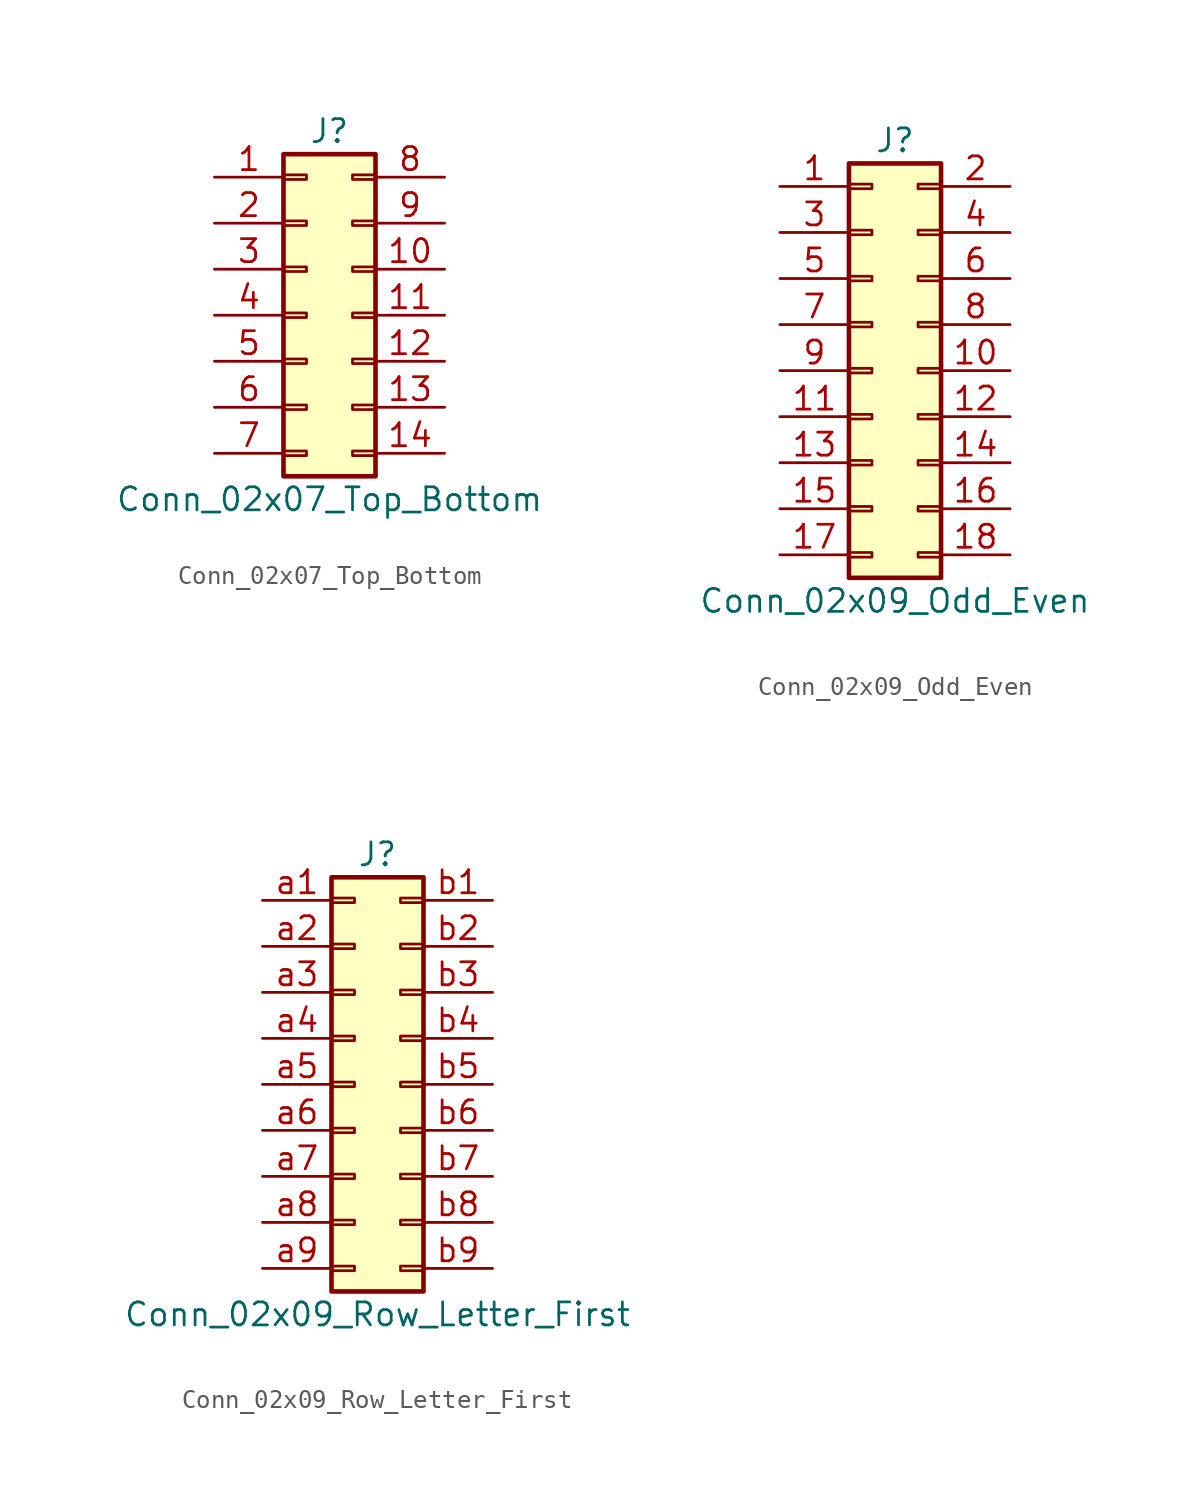
<source format=kicad_sym>
(kicad_symbol_lib
  (version 20220914)
  (generator kicad_symbol_editor)
  (symbol "Conn_02x07_Top_Bottom"
    (pin_names
      (offset 1.016) hide)
    (property "Reference" "J"
      (at 1.27 10.16 0)
      (effects (font (size 1.27 1.27))))
    (property "Value" "Conn_02x07_Top_Bottom"
      (at 1.27 -10.16 0)
      (effects (font (size 1.27 1.27))))
    (symbol "Conn_02x07_Top_Bottom_1_1"
      (rectangle (start -1.27 -7.493) (end 0 -7.747) (stroke (width 0.152) (type default)) (fill (type none)))
      (rectangle (start -1.27 -4.953) (end 0 -5.207) (stroke (width 0.152) (type default)) (fill (type none)))
      (rectangle (start -1.27 -2.413) (end 0 -2.667) (stroke (width 0.152) (type default)) (fill (type none)))
      (rectangle (start -1.27 0.127) (end 0 -0.127) (stroke (width 0.152) (type default)) (fill (type none)))
      (rectangle (start -1.27 2.667) (end 0 2.413) (stroke (width 0.152) (type default)) (fill (type none)))
      (rectangle (start -1.27 5.207) (end 0 4.953) (stroke (width 0.152) (type default)) (fill (type none)))
      (rectangle (start -1.27 7.747) (end 0 7.493) (stroke (width 0.152) (type default)) (fill (type none)))
      (rectangle (start -1.27 8.89) (end 3.81 -8.89) (stroke (width 0.254) (type default)) (fill (type background)))
      (rectangle (start 3.81 -7.493) (end 2.54 -7.747) (stroke (width 0.152) (type default)) (fill (type none)))
      (rectangle (start 3.81 -4.953) (end 2.54 -5.207) (stroke (width 0.152) (type default)) (fill (type none)))
      (rectangle (start 3.81 -2.413) (end 2.54 -2.667) (stroke (width 0.152) (type default)) (fill (type none)))
      (rectangle (start 3.81 0.127) (end 2.54 -0.127) (stroke (width 0.152) (type default)) (fill (type none)))
      (rectangle (start 3.81 2.667) (end 2.54 2.413) (stroke (width 0.152) (type default)) (fill (type none)))
      (rectangle (start 3.81 5.207) (end 2.54 4.953) (stroke (width 0.152) (type default)) (fill (type none)))
      (rectangle (start 3.81 7.747) (end 2.54 7.493) (stroke (width 0.152) (type default)) (fill (type none)))
      (pin passive line (at -5.08 7.62 0) (length 3.81) (name "Pin_1" (effects (font (size 1.27 1.27)))) (number "1" (effects (font (size 1.27 1.27)))))
      (pin passive line (at 7.62 2.54 180) (length 3.81) (name "Pin_10" (effects (font (size 1.27 1.27)))) (number "10" (effects (font (size 1.27 1.27)))))
      (pin passive line (at 7.62 0 180) (length 3.81) (name "Pin_11" (effects (font (size 1.27 1.27)))) (number "11" (effects (font (size 1.27 1.27)))))
      (pin passive line (at 7.62 -2.54 180) (length 3.81) (name "Pin_12" (effects (font (size 1.27 1.27)))) (number "12" (effects (font (size 1.27 1.27)))))
      (pin passive line (at 7.62 -5.08 180) (length 3.81) (name "Pin_13" (effects (font (size 1.27 1.27)))) (number "13" (effects (font (size 1.27 1.27)))))
      (pin passive line (at 7.62 -7.62 180) (length 3.81) (name "Pin_14" (effects (font (size 1.27 1.27)))) (number "14" (effects (font (size 1.27 1.27)))))
      (pin passive line (at -5.08 5.08 0) (length 3.81) (name "Pin_2" (effects (font (size 1.27 1.27)))) (number "2" (effects (font (size 1.27 1.27)))))
      (pin passive line (at -5.08 2.54 0) (length 3.81) (name "Pin_3" (effects (font (size 1.27 1.27)))) (number "3" (effects (font (size 1.27 1.27)))))
      (pin passive line (at -5.08 0 0) (length 3.81) (name "Pin_4" (effects (font (size 1.27 1.27)))) (number "4" (effects (font (size 1.27 1.27)))))
      (pin passive line (at -5.08 -2.54 0) (length 3.81) (name "Pin_5" (effects (font (size 1.27 1.27)))) (number "5" (effects (font (size 1.27 1.27)))))
      (pin passive line (at -5.08 -5.08 0) (length 3.81) (name "Pin_6" (effects (font (size 1.27 1.27)))) (number "6" (effects (font (size 1.27 1.27)))))
      (pin passive line (at -5.08 -7.62 0) (length 3.81) (name "Pin_7" (effects (font (size 1.27 1.27)))) (number "7" (effects (font (size 1.27 1.27)))))
      (pin passive line (at 7.62 7.62 180) (length 3.81) (name "Pin_8" (effects (font (size 1.27 1.27)))) (number "8" (effects (font (size 1.27 1.27)))))
      (pin passive line (at 7.62 5.08 180) (length 3.81) (name "Pin_9" (effects (font (size 1.27 1.27)))) (number "9" (effects (font (size 1.27 1.27)))))))
  (symbol "Conn_02x09_Odd_Even"
    (pin_names
      (offset 1.016) hide)
    (property "Reference" "J"
      (at 1.27 12.7 0)
      (effects (font (size 1.27 1.27))))
    (property "Value" "Conn_02x09_Odd_Even"
      (at 1.27 -12.7 0)
      (effects (font (size 1.27 1.27))))
    (symbol "Conn_02x09_Odd_Even_1_1"
      (rectangle (start -1.27 -10.033) (end 0 -10.287) (stroke (width 0.152) (type default)) (fill (type none)))
      (rectangle (start -1.27 -7.493) (end 0 -7.747) (stroke (width 0.152) (type default)) (fill (type none)))
      (rectangle (start -1.27 -4.953) (end 0 -5.207) (stroke (width 0.152) (type default)) (fill (type none)))
      (rectangle (start -1.27 -2.413) (end 0 -2.667) (stroke (width 0.152) (type default)) (fill (type none)))
      (rectangle (start -1.27 0.127) (end 0 -0.127) (stroke (width 0.152) (type default)) (fill (type none)))
      (rectangle (start -1.27 2.667) (end 0 2.413) (stroke (width 0.152) (type default)) (fill (type none)))
      (rectangle (start -1.27 5.207) (end 0 4.953) (stroke (width 0.152) (type default)) (fill (type none)))
      (rectangle (start -1.27 7.747) (end 0 7.493) (stroke (width 0.152) (type default)) (fill (type none)))
      (rectangle (start -1.27 10.287) (end 0 10.033) (stroke (width 0.152) (type default)) (fill (type none)))
      (rectangle (start -1.27 11.43) (end 3.81 -11.43) (stroke (width 0.254) (type default)) (fill (type background)))
      (rectangle (start 3.81 -10.033) (end 2.54 -10.287) (stroke (width 0.152) (type default)) (fill (type none)))
      (rectangle (start 3.81 -7.493) (end 2.54 -7.747) (stroke (width 0.152) (type default)) (fill (type none)))
      (rectangle (start 3.81 -4.953) (end 2.54 -5.207) (stroke (width 0.152) (type default)) (fill (type none)))
      (rectangle (start 3.81 -2.413) (end 2.54 -2.667) (stroke (width 0.152) (type default)) (fill (type none)))
      (rectangle (start 3.81 0.127) (end 2.54 -0.127) (stroke (width 0.152) (type default)) (fill (type none)))
      (rectangle (start 3.81 2.667) (end 2.54 2.413) (stroke (width 0.152) (type default)) (fill (type none)))
      (rectangle (start 3.81 5.207) (end 2.54 4.953) (stroke (width 0.152) (type default)) (fill (type none)))
      (rectangle (start 3.81 7.747) (end 2.54 7.493) (stroke (width 0.152) (type default)) (fill (type none)))
      (rectangle (start 3.81 10.287) (end 2.54 10.033) (stroke (width 0.152) (type default)) (fill (type none)))
      (pin passive line (at -5.08 10.16 0) (length 3.81) (name "Pin_1" (effects (font (size 1.27 1.27)))) (number "1" (effects (font (size 1.27 1.27)))))
      (pin passive line (at 7.62 0 180) (length 3.81) (name "Pin_10" (effects (font (size 1.27 1.27)))) (number "10" (effects (font (size 1.27 1.27)))))
      (pin passive line (at -5.08 -2.54 0) (length 3.81) (name "Pin_11" (effects (font (size 1.27 1.27)))) (number "11" (effects (font (size 1.27 1.27)))))
      (pin passive line (at 7.62 -2.54 180) (length 3.81) (name "Pin_12" (effects (font (size 1.27 1.27)))) (number "12" (effects (font (size 1.27 1.27)))))
      (pin passive line (at -5.08 -5.08 0) (length 3.81) (name "Pin_13" (effects (font (size 1.27 1.27)))) (number "13" (effects (font (size 1.27 1.27)))))
      (pin passive line (at 7.62 -5.08 180) (length 3.81) (name "Pin_14" (effects (font (size 1.27 1.27)))) (number "14" (effects (font (size 1.27 1.27)))))
      (pin passive line (at -5.08 -7.62 0) (length 3.81) (name "Pin_15" (effects (font (size 1.27 1.27)))) (number "15" (effects (font (size 1.27 1.27)))))
      (pin passive line (at 7.62 -7.62 180) (length 3.81) (name "Pin_16" (effects (font (size 1.27 1.27)))) (number "16" (effects (font (size 1.27 1.27)))))
      (pin passive line (at -5.08 -10.16 0) (length 3.81) (name "Pin_17" (effects (font (size 1.27 1.27)))) (number "17" (effects (font (size 1.27 1.27)))))
      (pin passive line (at 7.62 -10.16 180) (length 3.81) (name "Pin_18" (effects (font (size 1.27 1.27)))) (number "18" (effects (font (size 1.27 1.27)))))
      (pin passive line (at 7.62 10.16 180) (length 3.81) (name "Pin_2" (effects (font (size 1.27 1.27)))) (number "2" (effects (font (size 1.27 1.27)))))
      (pin passive line (at -5.08 7.62 0) (length 3.81) (name "Pin_3" (effects (font (size 1.27 1.27)))) (number "3" (effects (font (size 1.27 1.27)))))
      (pin passive line (at 7.62 7.62 180) (length 3.81) (name "Pin_4" (effects (font (size 1.27 1.27)))) (number "4" (effects (font (size 1.27 1.27)))))
      (pin passive line (at -5.08 5.08 0) (length 3.81) (name "Pin_5" (effects (font (size 1.27 1.27)))) (number "5" (effects (font (size 1.27 1.27)))))
      (pin passive line (at 7.62 5.08 180) (length 3.81) (name "Pin_6" (effects (font (size 1.27 1.27)))) (number "6" (effects (font (size 1.27 1.27)))))
      (pin passive line (at -5.08 2.54 0) (length 3.81) (name "Pin_7" (effects (font (size 1.27 1.27)))) (number "7" (effects (font (size 1.27 1.27)))))
      (pin passive line (at 7.62 2.54 180) (length 3.81) (name "Pin_8" (effects (font (size 1.27 1.27)))) (number "8" (effects (font (size 1.27 1.27)))))
      (pin passive line (at -5.08 0 0) (length 3.81) (name "Pin_9" (effects (font (size 1.27 1.27)))) (number "9" (effects (font (size 1.27 1.27)))))))
  (symbol "Conn_02x09_Row_Letter_First"
    (pin_names
      (offset 1.016) hide)
    (property "Reference" "J"
      (at 1.27 12.7 0)
      (effects (font (size 1.27 1.27))))
    (property "Value" "Conn_02x09_Row_Letter_First"
      (at 1.27 -12.7 0)
      (effects (font (size 1.27 1.27))))
    (symbol "Conn_02x09_Row_Letter_First_1_1"
      (rectangle (start -1.27 -10.033) (end 0 -10.287) (stroke (width 0.152) (type default)) (fill (type none)))
      (rectangle (start -1.27 -7.493) (end 0 -7.747) (stroke (width 0.152) (type default)) (fill (type none)))
      (rectangle (start -1.27 -4.953) (end 0 -5.207) (stroke (width 0.152) (type default)) (fill (type none)))
      (rectangle (start -1.27 -2.413) (end 0 -2.667) (stroke (width 0.152) (type default)) (fill (type none)))
      (rectangle (start -1.27 0.127) (end 0 -0.127) (stroke (width 0.152) (type default)) (fill (type none)))
      (rectangle (start -1.27 2.667) (end 0 2.413) (stroke (width 0.152) (type default)) (fill (type none)))
      (rectangle (start -1.27 5.207) (end 0 4.953) (stroke (width 0.152) (type default)) (fill (type none)))
      (rectangle (start -1.27 7.747) (end 0 7.493) (stroke (width 0.152) (type default)) (fill (type none)))
      (rectangle (start -1.27 10.287) (end 0 10.033) (stroke (width 0.152) (type default)) (fill (type none)))
      (rectangle (start -1.27 11.43) (end 3.81 -11.43) (stroke (width 0.254) (type default)) (fill (type background)))
      (rectangle (start 3.81 -10.033) (end 2.54 -10.287) (stroke (width 0.152) (type default)) (fill (type none)))
      (rectangle (start 3.81 -7.493) (end 2.54 -7.747) (stroke (width 0.152) (type default)) (fill (type none)))
      (rectangle (start 3.81 -4.953) (end 2.54 -5.207) (stroke (width 0.152) (type default)) (fill (type none)))
      (rectangle (start 3.81 -2.413) (end 2.54 -2.667) (stroke (width 0.152) (type default)) (fill (type none)))
      (rectangle (start 3.81 0.127) (end 2.54 -0.127) (stroke (width 0.152) (type default)) (fill (type none)))
      (rectangle (start 3.81 2.667) (end 2.54 2.413) (stroke (width 0.152) (type default)) (fill (type none)))
      (rectangle (start 3.81 5.207) (end 2.54 4.953) (stroke (width 0.152) (type default)) (fill (type none)))
      (rectangle (start 3.81 7.747) (end 2.54 7.493) (stroke (width 0.152) (type default)) (fill (type none)))
      (rectangle (start 3.81 10.287) (end 2.54 10.033) (stroke (width 0.152) (type default)) (fill (type none)))
      (pin passive line (at -5.08 10.16 0) (length 3.81) (name "Pin_a1" (effects (font (size 1.27 1.27)))) (number "a1" (effects (font (size 1.27 1.27)))))
      (pin passive line (at -5.08 7.62 0) (length 3.81) (name "Pin_a2" (effects (font (size 1.27 1.27)))) (number "a2" (effects (font (size 1.27 1.27)))))
      (pin passive line (at -5.08 5.08 0) (length 3.81) (name "Pin_a3" (effects (font (size 1.27 1.27)))) (number "a3" (effects (font (size 1.27 1.27)))))
      (pin passive line (at -5.08 2.54 0) (length 3.81) (name "Pin_a4" (effects (font (size 1.27 1.27)))) (number "a4" (effects (font (size 1.27 1.27)))))
      (pin passive line (at -5.08 0 0) (length 3.81) (name "Pin_a5" (effects (font (size 1.27 1.27)))) (number "a5" (effects (font (size 1.27 1.27)))))
      (pin passive line (at -5.08 -2.54 0) (length 3.81) (name "Pin_a6" (effects (font (size 1.27 1.27)))) (number "a6" (effects (font (size 1.27 1.27)))))
      (pin passive line (at -5.08 -5.08 0) (length 3.81) (name "Pin_a7" (effects (font (size 1.27 1.27)))) (number "a7" (effects (font (size 1.27 1.27)))))
      (pin passive line (at -5.08 -7.62 0) (length 3.81) (name "Pin_a8" (effects (font (size 1.27 1.27)))) (number "a8" (effects (font (size 1.27 1.27)))))
      (pin passive line (at -5.08 -10.16 0) (length 3.81) (name "Pin_a9" (effects (font (size 1.27 1.27)))) (number "a9" (effects (font (size 1.27 1.27)))))
      (pin passive line (at 7.62 10.16 180) (length 3.81) (name "Pin_b1" (effects (font (size 1.27 1.27)))) (number "b1" (effects (font (size 1.27 1.27)))))
      (pin passive line (at 7.62 7.62 180) (length 3.81) (name "Pin_b2" (effects (font (size 1.27 1.27)))) (number "b2" (effects (font (size 1.27 1.27)))))
      (pin passive line (at 7.62 5.08 180) (length 3.81) (name "Pin_b3" (effects (font (size 1.27 1.27)))) (number "b3" (effects (font (size 1.27 1.27)))))
      (pin passive line (at 7.62 2.54 180) (length 3.81) (name "Pin_b4" (effects (font (size 1.27 1.27)))) (number "b4" (effects (font (size 1.27 1.27)))))
      (pin passive line (at 7.62 0 180) (length 3.81) (name "Pin_b5" (effects (font (size 1.27 1.27)))) (number "b5" (effects (font (size 1.27 1.27)))))
      (pin passive line (at 7.62 -2.54 180) (length 3.81) (name "Pin_b6" (effects (font (size 1.27 1.27)))) (number "b6" (effects (font (size 1.27 1.27)))))
      (pin passive line (at 7.62 -5.08 180) (length 3.81) (name "Pin_b7" (effects (font (size 1.27 1.27)))) (number "b7" (effects (font (size 1.27 1.27)))))
      (pin passive line (at 7.62 -7.62 180) (length 3.81) (name "Pin_b8" (effects (font (size 1.27 1.27)))) (number "b8" (effects (font (size 1.27 1.27)))))
      (pin passive line (at 7.62 -10.16 180) (length 3.81) (name "Pin_b9" (effects (font (size 1.27 1.27)))) (number "b9" (effects (font (size 1.27 1.27))))))))
</source>
